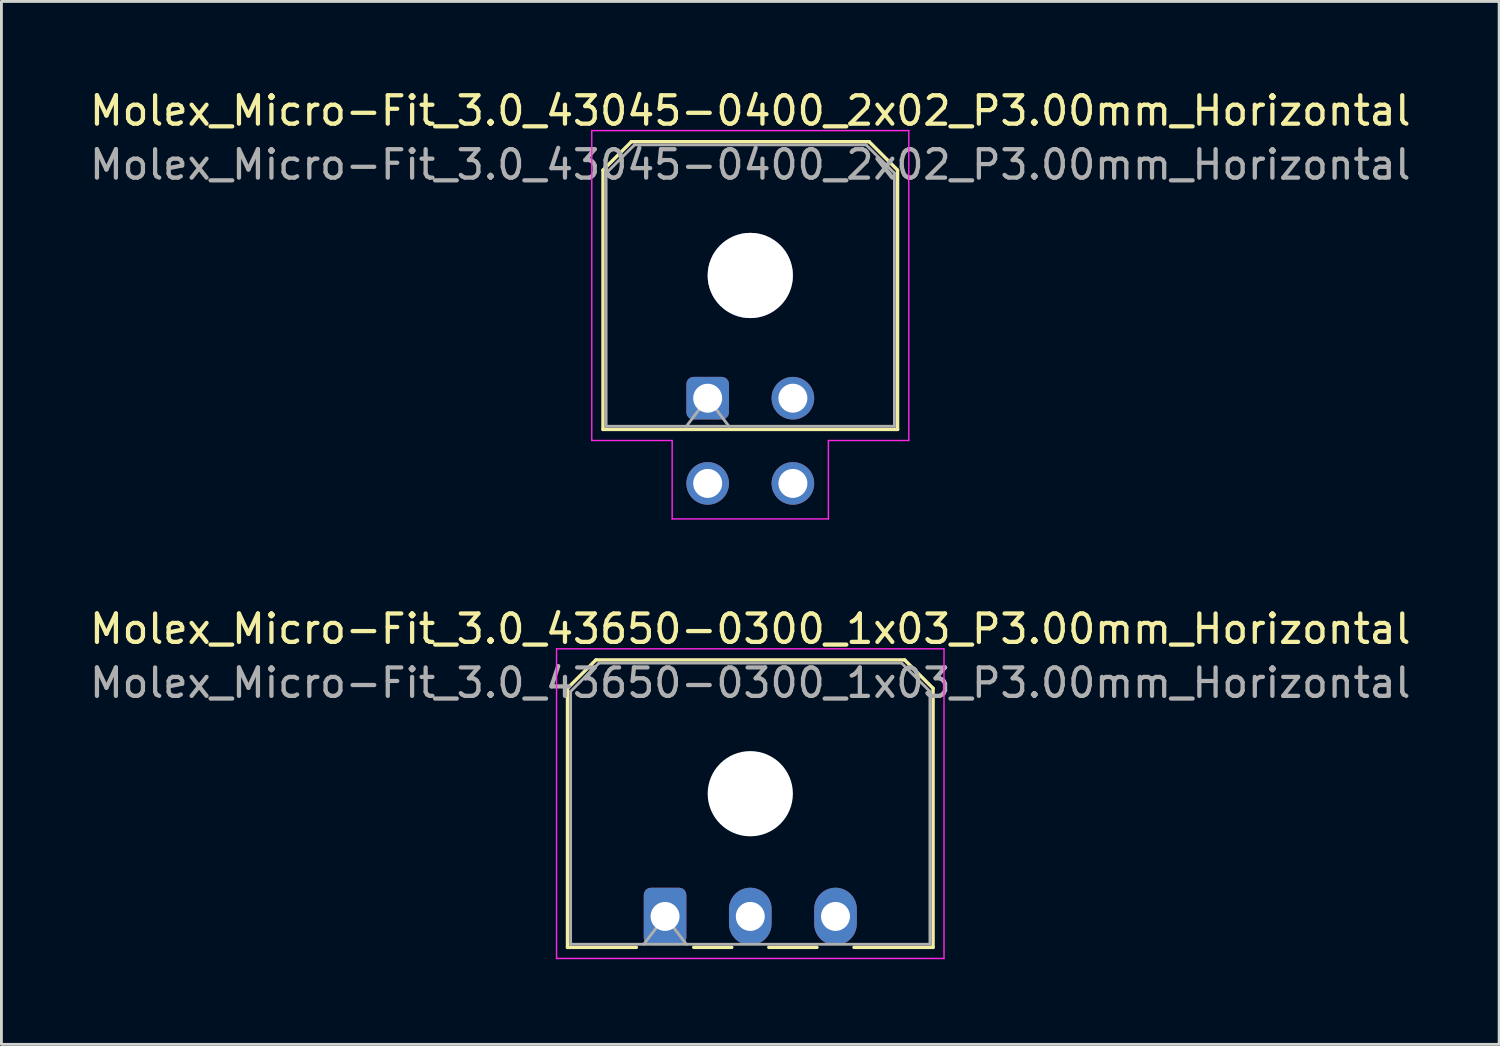
<source format=kicad_pcb>
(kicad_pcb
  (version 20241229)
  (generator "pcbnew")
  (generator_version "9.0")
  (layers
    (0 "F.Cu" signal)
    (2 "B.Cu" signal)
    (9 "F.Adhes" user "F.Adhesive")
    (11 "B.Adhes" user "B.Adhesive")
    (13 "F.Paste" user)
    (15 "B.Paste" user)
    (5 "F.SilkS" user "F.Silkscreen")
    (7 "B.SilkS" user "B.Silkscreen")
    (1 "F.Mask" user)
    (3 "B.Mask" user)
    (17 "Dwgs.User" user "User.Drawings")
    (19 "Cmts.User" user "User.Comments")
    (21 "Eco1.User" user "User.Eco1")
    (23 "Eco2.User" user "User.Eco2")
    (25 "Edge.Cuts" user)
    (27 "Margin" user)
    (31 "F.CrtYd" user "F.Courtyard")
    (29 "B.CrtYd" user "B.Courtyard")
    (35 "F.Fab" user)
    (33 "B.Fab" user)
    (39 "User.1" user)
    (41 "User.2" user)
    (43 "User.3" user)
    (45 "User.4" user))
  (footprint "Molex_Micro-Fit_3.0_43650-0300_1x03_P3.00mm_Horizontal"
    (layer "F.Cu")
    (at 20.363 29.212)
    (property "Reference" "Molex_Micro-Fit_3.0_43650-0300_1x03_P3.00mm_Horizontal" (at 3 -10.12 0) (layer "F.SilkS") (effects (font (size 1 1) (thickness 0.15))))
    (attr through_hole)
    (fp_line (start -3.435 -8.03) (end -2.435 -9.03) (stroke (width 0.12) (type solid)) (layer "F.SilkS"))
    (fp_line (start -3.435 1.09) (end -3.435 -8.03) (stroke (width 0.12) (type solid)) (layer "F.SilkS"))
    (fp_line (start -3.435 1.09) (end -1.01 1.09) (stroke (width 0.12) (type solid)) (layer "F.SilkS"))
    (fp_line (start -2.435 -9.03) (end 8.435 -9.03) (stroke (width 0.12) (type solid)) (layer "F.SilkS"))
    (fp_line (start 1.01 1.09) (end 2.348 1.09) (stroke (width 0.12) (type solid)) (layer "F.SilkS"))
    (fp_line (start 3.652 1.09) (end 5.348 1.09) (stroke (width 0.12) (type solid)) (layer "F.SilkS"))
    (fp_line (start 8.435 -9.03) (end 9.435 -8.03) (stroke (width 0.12) (type solid)) (layer "F.SilkS"))
    (fp_line (start 9.435 -8.03) (end 9.435 1.09) (stroke (width 0.12) (type solid)) (layer "F.SilkS"))
    (fp_line (start 9.435 1.09) (end 6.652 1.09) (stroke (width 0.12) (type solid)) (layer "F.SilkS"))
    (fp_line (start -3.82 -9.42) (end 9.82 -9.42) (stroke (width 0.05) (type solid)) (layer "F.CrtYd"))
    (fp_line (start -3.82 1.48) (end -3.82 -9.42) (stroke (width 0.05) (type solid)) (layer "F.CrtYd"))
    (fp_line (start 9.82 -9.42) (end 9.82 1.48) (stroke (width 0.05) (type solid)) (layer "F.CrtYd"))
    (fp_line (start 9.82 1.48) (end -3.82 1.48) (stroke (width 0.05) (type solid)) (layer "F.CrtYd"))
    (fp_line (start -3.325 -7.92) (end -2.325 -8.92) (stroke (width 0.1) (type solid)) (layer "F.Fab"))
    (fp_line (start -3.325 0.98) (end -3.325 -7.92) (stroke (width 0.1) (type solid)) (layer "F.Fab"))
    (fp_line (start -2.325 -8.92) (end 8.325 -8.92) (stroke (width 0.1) (type solid)) (layer "F.Fab"))
    (fp_line (start -0.75 0.98) (end 0 0) (stroke (width 0.1) (type solid)) (layer "F.Fab"))
    (fp_line (start 0 0) (end 0.75 0.98) (stroke (width 0.1) (type solid)) (layer "F.Fab"))
    (fp_line (start 8.325 -8.92) (end 9.325 -7.92) (stroke (width 0.1) (type solid)) (layer "F.Fab"))
    (fp_line (start 9.325 -7.92) (end 9.325 0.98) (stroke (width 0.1) (type solid)) (layer "F.Fab"))
    (fp_line (start 9.325 0.98) (end -3.325 0.98) (stroke (width 0.1) (type solid)) (layer "F.Fab"))
    (fp_text user "${REFERENCE}" (at 3 -8.22 0) (layer "F.Fab") (effects (font (size 1 1) (thickness 0.15))))
    (pad "" np_thru_hole circle (at 3 -4.32) (size 3 3) (drill 3) (layers "*.Cu" "*.Mask"))
    (pad "1" thru_hole roundrect (at 0 0) (size 1.5 2.02) (drill 1.02) (layers "*.Cu" "*.Mask") (roundrect_rratio 0.167))
    (pad "2" thru_hole oval (at 3 0) (size 1.5 2.02) (drill 1.02) (layers "*.Cu" "*.Mask"))
    (pad "3" thru_hole oval (at 6 0) (size 1.5 2.02) (drill 1.02) (layers "*.Cu" "*.Mask")))
  (footprint "Molex_Micro-Fit_3.0_43045-0400_2x02_P3.00mm_Horizontal"
    (layer "F.Cu")
    (at 21.863 10.968)
    (property "Reference" "Molex_Micro-Fit_3.0_43045-0400_2x02_P3.00mm_Horizontal" (at 1.5 -10.12 0) (layer "F.SilkS") (effects (font (size 1 1) (thickness 0.15))))
    (attr through_hole)
    (fp_line (start -3.685 -8.03) (end -2.685 -9.03) (stroke (width 0.12) (type solid)) (layer "F.SilkS"))
    (fp_line (start -3.685 1.1) (end -3.685 -8.03) (stroke (width 0.12) (type solid)) (layer "F.SilkS"))
    (fp_line (start -2.685 -9.03) (end 5.685 -9.03) (stroke (width 0.12) (type solid)) (layer "F.SilkS"))
    (fp_line (start 5.685 -9.03) (end 6.685 -8.03) (stroke (width 0.12) (type solid)) (layer "F.SilkS"))
    (fp_line (start 6.685 -8.03) (end 6.685 1.1) (stroke (width 0.12) (type solid)) (layer "F.SilkS"))
    (fp_line (start 6.685 1.1) (end -3.685 1.1) (stroke (width 0.12) (type solid)) (layer "F.SilkS"))
    (fp_line (start -4.08 -9.42) (end 7.08 -9.42) (stroke (width 0.05) (type solid)) (layer "F.CrtYd"))
    (fp_line (start -4.08 1.49) (end -4.08 -9.42) (stroke (width 0.05) (type solid)) (layer "F.CrtYd"))
    (fp_line (start -1.25 1.49) (end -4.08 1.49) (stroke (width 0.05) (type solid)) (layer "F.CrtYd"))
    (fp_line (start -1.25 4.25) (end -1.25 1.49) (stroke (width 0.05) (type solid)) (layer "F.CrtYd"))
    (fp_line (start 4.25 1.49) (end 4.25 4.25) (stroke (width 0.05) (type solid)) (layer "F.CrtYd"))
    (fp_line (start 4.25 4.25) (end -1.25 4.25) (stroke (width 0.05) (type solid)) (layer "F.CrtYd"))
    (fp_line (start 7.08 -9.42) (end 7.08 1.49) (stroke (width 0.05) (type solid)) (layer "F.CrtYd"))
    (fp_line (start 7.08 1.49) (end 4.25 1.49) (stroke (width 0.05) (type solid)) (layer "F.CrtYd"))
    (fp_line (start -3.575 -7.92) (end -2.575 -8.92) (stroke (width 0.1) (type solid)) (layer "F.Fab"))
    (fp_line (start -3.575 0.99) (end -3.575 -7.92) (stroke (width 0.1) (type solid)) (layer "F.Fab"))
    (fp_line (start -2.575 -8.92) (end 5.575 -8.92) (stroke (width 0.1) (type solid)) (layer "F.Fab"))
    (fp_line (start -0.75 0.99) (end 0 0) (stroke (width 0.1) (type solid)) (layer "F.Fab"))
    (fp_line (start 0 0) (end 0.75 0.99) (stroke (width 0.1) (type solid)) (layer "F.Fab"))
    (fp_line (start 5.575 -8.92) (end 6.575 -7.92) (stroke (width 0.1) (type solid)) (layer "F.Fab"))
    (fp_line (start 6.575 -7.92) (end 6.575 0.99) (stroke (width 0.1) (type solid)) (layer "F.Fab"))
    (fp_line (start 6.575 0.99) (end -3.575 0.99) (stroke (width 0.1) (type solid)) (layer "F.Fab"))
    (fp_text user "${REFERENCE}" (at 1.5 -8.22 0) (layer "F.Fab") (effects (font (size 1 1) (thickness 0.15))))
    (pad "1" thru_hole roundrect (at 0 0) (size 1.5 1.5) (drill 1.02) (layers "*.Cu" "*.Mask") (roundrect_rratio 0.167))
    (pad "2" thru_hole circle (at 3 0) (size 1.5 1.5) (drill 1.02) (layers "*.Cu" "*.Mask"))
    (pad "3" thru_hole circle (at 0 3) (size 1.5 1.5) (drill 1.02) (layers "*.Cu" "*.Mask"))
    (pad "4" thru_hole circle (at 3 3) (size 1.5 1.5) (drill 1.02) (layers "*.Cu" "*.Mask"))
    (pad "5" thru_hole circle (at 1.5 -4.32) (size 3 3) (drill 3) (layers "*.Cu" "*.Mask")))
  (gr_rect
    (start -3 -3)
    (end 49.726 33.717)
    (stroke (width 0.1) (type default))
    (fill no)
    (layer "Edge.Cuts")))
</source>
